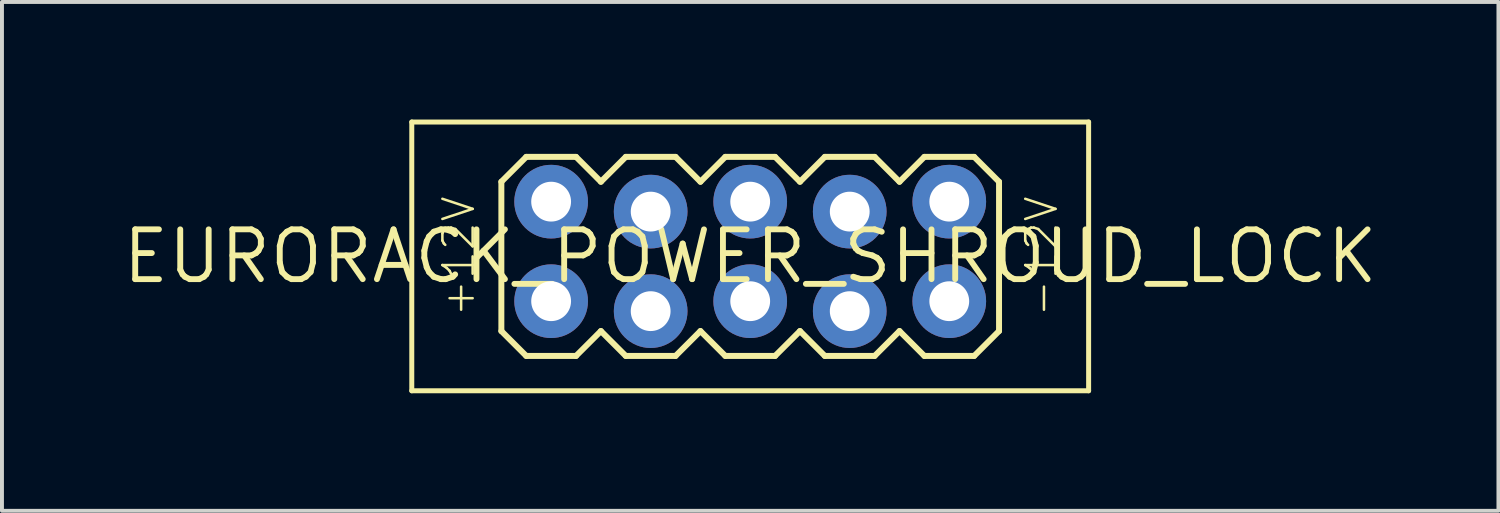
<source format=kicad_pcb>
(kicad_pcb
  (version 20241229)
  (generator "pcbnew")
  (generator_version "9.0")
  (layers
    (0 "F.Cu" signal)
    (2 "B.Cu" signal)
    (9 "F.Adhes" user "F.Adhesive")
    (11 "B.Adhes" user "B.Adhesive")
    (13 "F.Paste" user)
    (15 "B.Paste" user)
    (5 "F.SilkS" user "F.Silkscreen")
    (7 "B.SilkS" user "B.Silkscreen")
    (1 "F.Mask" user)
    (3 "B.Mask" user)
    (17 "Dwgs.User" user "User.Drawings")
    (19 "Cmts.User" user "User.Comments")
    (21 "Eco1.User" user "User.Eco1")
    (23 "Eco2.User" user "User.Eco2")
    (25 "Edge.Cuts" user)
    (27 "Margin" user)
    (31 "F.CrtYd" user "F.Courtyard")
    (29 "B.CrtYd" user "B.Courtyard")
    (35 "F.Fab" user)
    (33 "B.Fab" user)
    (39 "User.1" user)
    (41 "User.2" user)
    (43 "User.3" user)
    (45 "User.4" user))
  (footprint "EURORACK_POWER_SHROUD_LOCK"
    (layer "F.Cu")
    (at 16.094 3.493)
    (property "Reference" "EURORACK_POWER_SHROUD_LOCK" (at 0 0 0) (layer "F.SilkS") (effects (font (size 1.27 1.27) (thickness 0.15))))
    (attr through_hole)
    (fp_line (start -8.636 -3.429) (end 8.636 -3.429) (stroke (width 0.127) (type solid)) (layer "F.SilkS"))
    (fp_line (start -8.636 3.429) (end -8.636 -3.429) (stroke (width 0.127) (type solid)) (layer "F.SilkS"))
    (fp_line (start -6.35 -1.905) (end -6.35 1.905) (stroke (width 0.152) (type solid)) (layer "F.SilkS"))
    (fp_line (start -6.35 1.905) (end -5.715 2.54) (stroke (width 0.152) (type solid)) (layer "F.SilkS"))
    (fp_line (start -5.715 -2.54) (end -6.35 -1.905) (stroke (width 0.152) (type solid)) (layer "F.SilkS"))
    (fp_line (start -5.715 -2.54) (end -4.445 -2.54) (stroke (width 0.152) (type solid)) (layer "F.SilkS"))
    (fp_line (start -4.445 -2.54) (end -3.81 -1.905) (stroke (width 0.152) (type solid)) (layer "F.SilkS"))
    (fp_line (start -4.445 2.54) (end -5.715 2.54) (stroke (width 0.152) (type solid)) (layer "F.SilkS"))
    (fp_line (start -3.81 -1.905) (end -3.175 -2.54) (stroke (width 0.152) (type solid)) (layer "F.SilkS"))
    (fp_line (start -3.81 1.905) (end -4.445 2.54) (stroke (width 0.152) (type solid)) (layer "F.SilkS"))
    (fp_line (start -3.175 -2.54) (end -1.905 -2.54) (stroke (width 0.152) (type solid)) (layer "F.SilkS"))
    (fp_line (start -3.175 2.54) (end -3.81 1.905) (stroke (width 0.152) (type solid)) (layer "F.SilkS"))
    (fp_line (start -1.905 -2.54) (end -1.27 -1.905) (stroke (width 0.152) (type solid)) (layer "F.SilkS"))
    (fp_line (start -1.905 2.54) (end -3.175 2.54) (stroke (width 0.152) (type solid)) (layer "F.SilkS"))
    (fp_line (start -1.27 -1.905) (end -0.635 -2.54) (stroke (width 0.152) (type solid)) (layer "F.SilkS"))
    (fp_line (start -1.27 1.905) (end -1.905 2.54) (stroke (width 0.152) (type solid)) (layer "F.SilkS"))
    (fp_line (start -0.635 -2.54) (end 0.635 -2.54) (stroke (width 0.152) (type solid)) (layer "F.SilkS"))
    (fp_line (start -0.635 2.54) (end -1.27 1.905) (stroke (width 0.152) (type solid)) (layer "F.SilkS"))
    (fp_line (start 0.635 -2.54) (end 1.27 -1.905) (stroke (width 0.152) (type solid)) (layer "F.SilkS"))
    (fp_line (start 0.635 2.54) (end -0.635 2.54) (stroke (width 0.152) (type solid)) (layer "F.SilkS"))
    (fp_line (start 1.27 1.905) (end 0.635 2.54) (stroke (width 0.152) (type solid)) (layer "F.SilkS"))
    (fp_line (start 1.27 1.905) (end 1.905 2.54) (stroke (width 0.152) (type solid)) (layer "F.SilkS"))
    (fp_line (start 1.905 -2.54) (end 1.27 -1.905) (stroke (width 0.152) (type solid)) (layer "F.SilkS"))
    (fp_line (start 1.905 -2.54) (end 3.175 -2.54) (stroke (width 0.152) (type solid)) (layer "F.SilkS"))
    (fp_line (start 3.175 -2.54) (end 3.81 -1.905) (stroke (width 0.152) (type solid)) (layer "F.SilkS"))
    (fp_line (start 3.175 2.54) (end 1.905 2.54) (stroke (width 0.152) (type solid)) (layer "F.SilkS"))
    (fp_line (start 3.81 -1.905) (end 4.445 -2.54) (stroke (width 0.152) (type solid)) (layer "F.SilkS"))
    (fp_line (start 3.81 1.905) (end 3.175 2.54) (stroke (width 0.152) (type solid)) (layer "F.SilkS"))
    (fp_line (start 4.445 -2.54) (end 5.715 -2.54) (stroke (width 0.152) (type solid)) (layer "F.SilkS"))
    (fp_line (start 4.445 2.54) (end 3.81 1.905) (stroke (width 0.152) (type solid)) (layer "F.SilkS"))
    (fp_line (start 5.715 -2.54) (end 6.35 -1.905) (stroke (width 0.152) (type solid)) (layer "F.SilkS"))
    (fp_line (start 5.715 2.54) (end 4.445 2.54) (stroke (width 0.152) (type solid)) (layer "F.SilkS"))
    (fp_line (start 6.35 -1.905) (end 6.35 1.905) (stroke (width 0.152) (type solid)) (layer "F.SilkS"))
    (fp_line (start 6.35 1.905) (end 5.715 2.54) (stroke (width 0.152) (type solid)) (layer "F.SilkS"))
    (fp_line (start 8.636 -3.429) (end 8.636 3.429) (stroke (width 0.127) (type solid)) (layer "F.SilkS"))
    (fp_line (start 8.636 3.429) (end -8.636 3.429) (stroke (width 0.127) (type solid)) (layer "F.SilkS"))
    (fp_text user "-12V" (at 6.985 0 90) (layer "F.SilkS") (effects (font (size 0.772 0.772) (thickness 0.065)) (justify top)))
    (fp_text user "+12V" (at -6.985 0 90) (layer "F.SilkS") (effects (font (size 0.772 0.772) (thickness 0.065)) (justify bottom)))
    (pad "+12V0" thru_hole circle (at -5.08 -1.397) (size 1.88 1.88) (drill 1.016) (layers "*.Cu" "*.Mask"))
    (pad "+12V1" thru_hole circle (at -5.08 1.143) (size 1.88 1.88) (drill 1.016) (layers "*.Cu" "*.Mask"))
    (pad "-12V0" thru_hole circle (at 5.08 -1.397) (size 1.88 1.88) (drill 1.016) (layers "*.Cu" "*.Mask"))
    (pad "-12V1" thru_hole circle (at 5.08 1.143) (size 1.88 1.88) (drill 1.016) (layers "*.Cu" "*.Mask"))
    (pad "GND0" thru_hole circle (at -2.54 -1.143) (size 1.88 1.88) (drill 1.016) (layers "*.Cu" "*.Mask"))
    (pad "GND1" thru_hole circle (at 0 -1.397) (size 1.88 1.88) (drill 1.016) (layers "*.Cu" "*.Mask"))
    (pad "GND2" thru_hole circle (at 2.54 -1.143) (size 1.88 1.88) (drill 1.016) (layers "*.Cu" "*.Mask"))
    (pad "GND3" thru_hole circle (at -2.54 1.397) (size 1.88 1.88) (drill 1.016) (layers "*.Cu" "*.Mask"))
    (pad "GND4" thru_hole circle (at 0 1.143) (size 1.88 1.88) (drill 1.016) (layers "*.Cu" "*.Mask"))
    (pad "GND5" thru_hole circle (at 2.54 1.397) (size 1.88 1.88) (drill 1.016) (layers "*.Cu" "*.Mask")))
  (gr_rect
    (start -3 -3)
    (end 35.188 9.985)
    (stroke (width 0.1) (type default))
    (fill no)
    (layer "Edge.Cuts")))
</source>
